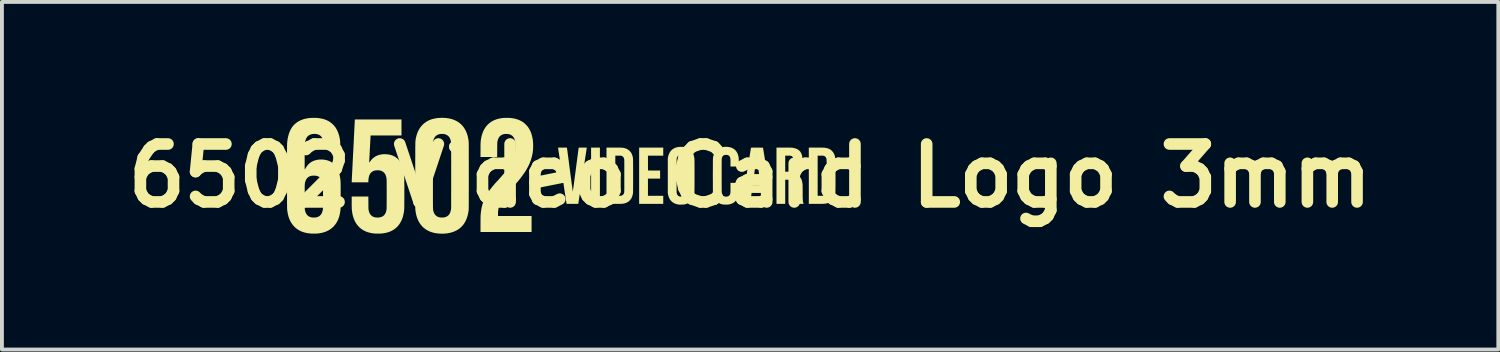
<source format=kicad_pcb>
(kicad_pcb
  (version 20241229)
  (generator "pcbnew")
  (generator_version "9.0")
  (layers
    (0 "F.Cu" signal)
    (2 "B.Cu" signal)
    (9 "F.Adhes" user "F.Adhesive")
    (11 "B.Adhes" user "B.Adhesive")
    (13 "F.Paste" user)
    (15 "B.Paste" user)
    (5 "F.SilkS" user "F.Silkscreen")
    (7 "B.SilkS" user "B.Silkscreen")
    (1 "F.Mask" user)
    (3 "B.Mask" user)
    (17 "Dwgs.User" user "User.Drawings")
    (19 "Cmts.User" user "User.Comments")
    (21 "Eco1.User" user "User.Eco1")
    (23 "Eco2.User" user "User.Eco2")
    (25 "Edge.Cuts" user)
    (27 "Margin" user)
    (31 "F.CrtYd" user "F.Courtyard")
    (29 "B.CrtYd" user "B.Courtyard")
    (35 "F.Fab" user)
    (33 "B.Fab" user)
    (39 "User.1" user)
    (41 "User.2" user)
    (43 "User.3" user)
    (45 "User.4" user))
  (footprint "6502 Video Card Logo 3mm"
    (layer "F.Cu")
    (at 16.371 1.5)
    (property "Reference" "6502 Video Card Logo 3mm" (at 0 0 0) (layer "F.SilkS") (effects (font (size 1.5 1.5) (thickness 0.3))))
    (attr board_only exclude_from_pos_files exclude_from_bom)
    (fp_poly (pts (xy -3.889 0) (xy -3.889 0.728) (xy -4.003 0.728) (xy -4.117 0.728) (xy -4.117 0) (xy -4.117 -0.728) (xy -4.003 -0.728) (xy -3.889 -0.728)) (stroke (width 0) (type solid)) (fill yes) (layer "F.SilkS"))
    (fp_poly (pts (xy -2.249 -0.624) (xy -2.249 -0.52) (xy -2.447 -0.52) (xy -2.645 -0.52) (xy -2.644 -0.328) (xy -2.644 -0.136) (xy -2.487 -0.135) (xy -2.33 -0.134) (xy -2.33 -0.03) (xy -2.33 0.074) (xy -2.487 0.074) (xy -2.645 0.074) (xy -2.645 0.297) (xy -2.645 0.52) (xy -2.447 0.52) (xy -2.249 0.52) (xy -2.249 0.624) (xy -2.249 0.728) (xy -2.561 0.728) (xy -2.873 0.728) (xy -2.873 0) (xy -2.873 -0.728) (xy -2.561 -0.728) (xy -2.249 -0.728)) (stroke (width 0) (type solid)) (fill yes) (layer "F.SilkS"))
    (fp_poly (pts (xy -4.829 -0.728) (xy -4.805 -0.728) (xy -4.786 -0.728) (xy -4.771 -0.728) (xy -4.759 -0.728) (xy -4.75 -0.727) (xy -4.745 -0.727) (xy -4.742 -0.726) (xy -4.741 -0.725) (xy -4.741 -0.722) (xy -4.74 -0.715) (xy -4.739 -0.703) (xy -4.737 -0.686) (xy -4.734 -0.666) (xy -4.731 -0.642) (xy -4.727 -0.615) (xy -4.723 -0.585) (xy -4.719 -0.552) (xy -4.714 -0.516) (xy -4.709 -0.478) (xy -4.704 -0.438) (xy -4.698 -0.396) (xy -4.693 -0.353) (xy -4.687 -0.309) (xy -4.681 -0.264) (xy -4.675 -0.218) (xy -4.669 -0.172) (xy -4.663 -0.126) (xy -4.657 -0.08) (xy -4.651 -0.034) (xy -4.645 0.01) (xy -4.639 0.054) (xy -4.633 0.096) (xy -4.628 0.137) (xy -4.623 0.176) (xy -4.618 0.213) (xy -4.613 0.247) (xy -4.609 0.278) (xy -4.605 0.307) (xy -4.602 0.332) (xy -4.599 0.354) (xy -4.597 0.372) (xy -4.595 0.386) (xy -4.593 0.395) (xy -4.593 0.4) (xy -4.593 0.401) (xy -4.591 0.403) (xy -4.589 0.402) (xy -4.589 0.399) (xy -4.588 0.392) (xy -4.586 0.38) (xy -4.584 0.363) (xy -4.581 0.343) (xy -4.577 0.318) (xy -4.573 0.29) (xy -4.569 0.259) (xy -4.564 0.224) (xy -4.559 0.186) (xy -4.554 0.145) (xy -4.548 0.102) (xy -4.542 0.057) (xy -4.536 0.009) (xy -4.529 -0.04) (xy -4.522 -0.091) (xy -4.515 -0.144) (xy -4.513 -0.164) (xy -4.438 -0.728) (xy -4.333 -0.728) (xy -4.311 -0.728) (xy -4.29 -0.728) (xy -4.271 -0.728) (xy -4.255 -0.728) (xy -4.243 -0.728) (xy -4.234 -0.728) (xy -4.229 -0.728) (xy -4.229 -0.728) (xy -4.229 -0.725) (xy -4.23 -0.717) (xy -4.232 -0.705) (xy -4.234 -0.689) (xy -4.237 -0.669) (xy -4.241 -0.645) (xy -4.245 -0.617) (xy -4.25 -0.586) (xy -4.255 -0.552) (xy -4.261 -0.515) (xy -4.267 -0.475) (xy -4.273 -0.434) (xy -4.28 -0.39) (xy -4.287 -0.344) (xy -4.294 -0.296) (xy -4.301 -0.247) (xy -4.309 -0.197) (xy -4.316 -0.146) (xy -4.324 -0.094) (xy -4.332 -0.042) (xy -4.34 0.01) (xy -4.348 0.062) (xy -4.356 0.114) (xy -4.364 0.165) (xy -4.371 0.216) (xy -4.379 0.266) (xy -4.386 0.314) (xy -4.393 0.361) (xy -4.4 0.406) (xy -4.407 0.449) (xy -4.413 0.49) (xy -4.419 0.528) (xy -4.424 0.564) (xy -4.429 0.596) (xy -4.433 0.626) (xy -4.437 0.652) (xy -4.441 0.674) (xy -4.444 0.693) (xy -4.446 0.707) (xy -4.447 0.717) (xy -4.448 0.722) (xy -4.448 0.723) (xy -4.45 0.728) (xy -4.601 0.728) (xy -4.633 0.728) (xy -4.662 0.728) (xy -4.685 0.728) (xy -4.705 0.728) (xy -4.72 0.728) (xy -4.733 0.728) (xy -4.742 0.727) (xy -4.748 0.727) (xy -4.751 0.726) (xy -4.753 0.725) (xy -4.753 0.725) (xy -4.753 0.723) (xy -4.754 0.715) (xy -4.756 0.703) (xy -4.759 0.686) (xy -4.762 0.665) (xy -4.766 0.641) (xy -4.77 0.612) (xy -4.775 0.58) (xy -4.78 0.544) (xy -4.786 0.505) (xy -4.793 0.463) (xy -4.799 0.418) (xy -4.807 0.371) (xy -4.814 0.321) (xy -4.822 0.269) (xy -4.83 0.215) (xy -4.839 0.159) (xy -4.847 0.102) (xy -4.856 0.043) (xy -4.862 0.005) (xy -4.871 -0.055) (xy -4.88 -0.113) (xy -4.888 -0.17) (xy -4.897 -0.226) (xy -4.905 -0.279) (xy -4.913 -0.33) (xy -4.92 -0.38) (xy -4.927 -0.426) (xy -4.934 -0.47) (xy -4.94 -0.511) (xy -4.946 -0.55) (xy -4.951 -0.584) (xy -4.956 -0.616) (xy -4.96 -0.643) (xy -4.963 -0.667) (xy -4.966 -0.687) (xy -4.969 -0.702) (xy -4.97 -0.713) (xy -4.971 -0.719) (xy -4.972 -0.72) (xy -4.973 -0.728) (xy -4.857 -0.728)) (stroke (width 0) (type solid)) (fill yes) (layer "F.SilkS"))
    (fp_poly (pts (xy -3.486 -0.728) (xy -3.45 -0.728) (xy -3.419 -0.728) (xy -3.392 -0.728) (xy -3.368 -0.728) (xy -3.347 -0.727) (xy -3.329 -0.726) (xy -3.313 -0.725) (xy -3.3 -0.724) (xy -3.287 -0.723) (xy -3.277 -0.721) (xy -3.266 -0.719) (xy -3.257 -0.717) (xy -3.247 -0.714) (xy -3.237 -0.711) (xy -3.23 -0.709) (xy -3.195 -0.696) (xy -3.163 -0.678) (xy -3.135 -0.657) (xy -3.117 -0.64) (xy -3.096 -0.616) (xy -3.078 -0.591) (xy -3.064 -0.564) (xy -3.052 -0.533) (xy -3.042 -0.5) (xy -3.034 -0.462) (xy -3.034 -0.462) (xy -3.033 -0.458) (xy -3.033 -0.455) (xy -3.032 -0.45) (xy -3.032 -0.445) (xy -3.032 -0.439) (xy -3.031 -0.432) (xy -3.031 -0.423) (xy -3.031 -0.413) (xy -3.03 -0.401) (xy -3.03 -0.387) (xy -3.03 -0.37) (xy -3.03 -0.351) (xy -3.03 -0.328) (xy -3.03 -0.303) (xy -3.03 -0.275) (xy -3.029 -0.242) (xy -3.029 -0.206) (xy -3.029 -0.166) (xy -3.029 -0.122) (xy -3.029 -0.073) (xy -3.029 -0.02) (xy -3.029 0) (xy -3.029 0.055) (xy -3.029 0.106) (xy -3.029 0.152) (xy -3.029 0.193) (xy -3.029 0.23) (xy -3.03 0.264) (xy -3.03 0.294) (xy -3.03 0.32) (xy -3.03 0.343) (xy -3.03 0.364) (xy -3.03 0.381) (xy -3.03 0.396) (xy -3.031 0.409) (xy -3.031 0.42) (xy -3.031 0.429) (xy -3.031 0.437) (xy -3.032 0.443) (xy -3.032 0.449) (xy -3.033 0.453) (xy -3.033 0.457) (xy -3.034 0.461) (xy -3.034 0.462) (xy -3.042 0.5) (xy -3.052 0.533) (xy -3.064 0.564) (xy -3.078 0.591) (xy -3.096 0.616) (xy -3.116 0.64) (xy -3.117 0.64) (xy -3.142 0.664) (xy -3.172 0.684) (xy -3.205 0.7) (xy -3.23 0.709) (xy -3.241 0.712) (xy -3.25 0.715) (xy -3.26 0.718) (xy -3.27 0.72) (xy -3.28 0.722) (xy -3.292 0.723) (xy -3.304 0.725) (xy -3.319 0.726) (xy -3.335 0.727) (xy -3.354 0.727) (xy -3.376 0.728) (xy -3.402 0.728) (xy -3.43 0.728) (xy -3.463 0.728) (xy -3.501 0.728) (xy -3.526 0.728) (xy -3.718 0.728) (xy -3.718 0) (xy -3.49 0) (xy -3.49 0.52) (xy -3.419 0.52) (xy -3.398 0.52) (xy -3.381 0.52) (xy -3.367 0.52) (xy -3.357 0.519) (xy -3.349 0.519) (xy -3.343 0.518) (xy -3.337 0.517) (xy -3.333 0.516) (xy -3.312 0.507) (xy -3.294 0.495) (xy -3.28 0.48) (xy -3.27 0.462) (xy -3.262 0.439) (xy -3.26 0.43) (xy -3.26 0.427) (xy -3.259 0.423) (xy -3.259 0.417) (xy -3.259 0.41) (xy -3.258 0.402) (xy -3.258 0.391) (xy -3.258 0.378) (xy -3.257 0.363) (xy -3.257 0.345) (xy -3.257 0.324) (xy -3.257 0.3) (xy -3.257 0.273) (xy -3.257 0.242) (xy -3.257 0.207) (xy -3.257 0.168) (xy -3.257 0.125) (xy -3.257 0.078) (xy -3.257 0.025) (xy -3.257 0) (xy -3.257 -0.055) (xy -3.257 -0.104) (xy -3.257 -0.149) (xy -3.257 -0.19) (xy -3.257 -0.227) (xy -3.257 -0.259) (xy -3.257 -0.288) (xy -3.257 -0.314) (xy -3.257 -0.336) (xy -3.257 -0.355) (xy -3.258 -0.372) (xy -3.258 -0.386) (xy -3.258 -0.397) (xy -3.258 -0.407) (xy -3.259 -0.414) (xy -3.259 -0.421) (xy -3.26 -0.425) (xy -3.26 -0.429) (xy -3.26 -0.43) (xy -3.267 -0.454) (xy -3.276 -0.474) (xy -3.289 -0.49) (xy -3.305 -0.503) (xy -3.325 -0.513) (xy -3.333 -0.516) (xy -3.338 -0.517) (xy -3.344 -0.518) (xy -3.35 -0.519) (xy -3.359 -0.52) (xy -3.369 -0.52) (xy -3.383 -0.52) (xy -3.401 -0.52) (xy -3.419 -0.52) (xy -3.49 -0.52) (xy -3.49 0) (xy -3.718 0) (xy -3.718 -0.728) (xy -3.526 -0.728)) (stroke (width 0) (type solid)) (fill yes) (layer "F.SilkS"))
    (fp_poly (pts (xy 1.714 -0.728) (xy 1.753 -0.728) (xy 1.786 -0.728) (xy 1.816 -0.728) (xy 1.842 -0.728) (xy 1.864 -0.728) (xy 1.883 -0.727) (xy 1.9 -0.727) (xy 1.914 -0.726) (xy 1.927 -0.725) (xy 1.938 -0.724) (xy 1.947 -0.723) (xy 1.956 -0.722) (xy 1.965 -0.72) (xy 1.974 -0.718) (xy 1.983 -0.716) (xy 2.021 -0.705) (xy 2.056 -0.69) (xy 2.087 -0.671) (xy 2.114 -0.648) (xy 2.138 -0.622) (xy 2.159 -0.592) (xy 2.177 -0.558) (xy 2.19 -0.521) (xy 2.197 -0.496) (xy 2.199 -0.489) (xy 2.2 -0.482) (xy 2.202 -0.475) (xy 2.203 -0.469) (xy 2.204 -0.461) (xy 2.205 -0.454) (xy 2.206 -0.445) (xy 2.207 -0.435) (xy 2.208 -0.424) (xy 2.208 -0.412) (xy 2.209 -0.397) (xy 2.209 -0.381) (xy 2.21 -0.361) (xy 2.21 -0.34) (xy 2.21 -0.315) (xy 2.21 -0.288) (xy 2.211 -0.257) (xy 2.211 -0.222) (xy 2.211 -0.184) (xy 2.211 -0.141) (xy 2.211 -0.094) (xy 2.211 -0.042) (xy 2.211 0) (xy 2.211 0.055) (xy 2.211 0.106) (xy 2.211 0.152) (xy 2.211 0.193) (xy 2.211 0.231) (xy 2.211 0.265) (xy 2.21 0.295) (xy 2.21 0.322) (xy 2.21 0.345) (xy 2.21 0.366) (xy 2.209 0.385) (xy 2.209 0.401) (xy 2.208 0.415) (xy 2.208 0.427) (xy 2.207 0.438) (xy 2.206 0.447) (xy 2.205 0.456) (xy 2.204 0.463) (xy 2.203 0.47) (xy 2.201 0.477) (xy 2.2 0.484) (xy 2.198 0.491) (xy 2.197 0.496) (xy 2.185 0.536) (xy 2.17 0.572) (xy 2.151 0.604) (xy 2.129 0.633) (xy 2.104 0.658) (xy 2.075 0.679) (xy 2.042 0.696) (xy 2.006 0.71) (xy 1.983 0.716) (xy 1.974 0.718) (xy 1.965 0.72) (xy 1.956 0.722) (xy 1.947 0.723) (xy 1.937 0.724) (xy 1.926 0.725) (xy 1.914 0.726) (xy 1.899 0.727) (xy 1.882 0.727) (xy 1.863 0.728) (xy 1.841 0.728) (xy 1.815 0.728) (xy 1.785 0.728) (xy 1.751 0.728) (xy 1.714 0.728) (xy 1.52 0.728) (xy 1.52 0) (xy 1.749 0) (xy 1.749 0.52) (xy 1.819 0.52) (xy 1.84 0.52) (xy 1.857 0.52) (xy 1.87 0.52) (xy 1.881 0.519) (xy 1.889 0.519) (xy 1.895 0.518) (xy 1.901 0.517) (xy 1.906 0.515) (xy 1.926 0.507) (xy 1.943 0.496) (xy 1.956 0.482) (xy 1.967 0.464) (xy 1.975 0.442) (xy 1.978 0.43) (xy 1.978 0.427) (xy 1.979 0.424) (xy 1.979 0.42) (xy 1.98 0.415) (xy 1.98 0.41) (xy 1.98 0.403) (xy 1.981 0.395) (xy 1.981 0.385) (xy 1.981 0.373) (xy 1.982 0.359) (xy 1.982 0.343) (xy 1.982 0.323) (xy 1.982 0.301) (xy 1.982 0.276) (xy 1.982 0.247) (xy 1.982 0.215) (xy 1.982 0.179) (xy 1.982 0.139) (xy 1.982 0.094) (xy 1.982 0.045) (xy 1.982 0) (xy 1.982 -0.053) (xy 1.982 -0.102) (xy 1.982 -0.146) (xy 1.982 -0.185) (xy 1.982 -0.221) (xy 1.982 -0.253) (xy 1.982 -0.281) (xy 1.982 -0.305) (xy 1.982 -0.327) (xy 1.982 -0.345) (xy 1.981 -0.361) (xy 1.981 -0.375) (xy 1.981 -0.387) (xy 1.981 -0.396) (xy 1.98 -0.404) (xy 1.98 -0.411) (xy 1.98 -0.416) (xy 1.979 -0.421) (xy 1.979 -0.424) (xy 1.978 -0.428) (xy 1.978 -0.43) (xy 1.971 -0.454) (xy 1.962 -0.474) (xy 1.95 -0.49) (xy 1.935 -0.502) (xy 1.916 -0.512) (xy 1.906 -0.515) (xy 1.901 -0.517) (xy 1.895 -0.518) (xy 1.888 -0.519) (xy 1.88 -0.52) (xy 1.87 -0.52) (xy 1.856 -0.52) (xy 1.839 -0.52) (xy 1.819 -0.52) (xy 1.749 -0.52) (xy 1.749 0) (xy 1.52 0) (xy 1.52 -0.728)) (stroke (width 0) (type solid)) (fill yes) (layer "F.SilkS"))
    (fp_poly (pts (xy 0.155 -0.728) (xy 0.178 -0.728) (xy 0.334 -0.727) (xy 0.452 0) (xy 0.57 0.727) (xy 0.457 0.728) (xy 0.434 0.728) (xy 0.412 0.728) (xy 0.392 0.728) (xy 0.375 0.728) (xy 0.361 0.728) (xy 0.351 0.728) (xy 0.345 0.727) (xy 0.343 0.727) (xy 0.343 0.725) (xy 0.341 0.718) (xy 0.34 0.707) (xy 0.337 0.692) (xy 0.335 0.675) (xy 0.332 0.656) (xy 0.329 0.634) (xy 0.325 0.612) (xy 0.322 0.589) (xy 0.319 0.566) (xy 0.315 0.544) (xy 0.312 0.523) (xy 0.31 0.503) (xy 0.307 0.485) (xy 0.305 0.471) (xy 0.303 0.459) (xy 0.302 0.452) (xy 0.302 0.449) (xy 0.302 0.448) (xy 0.301 0.447) (xy 0.299 0.446) (xy 0.295 0.446) (xy 0.29 0.445) (xy 0.282 0.445) (xy 0.271 0.445) (xy 0.257 0.445) (xy 0.24 0.445) (xy 0.218 0.445) (xy 0.192 0.445) (xy 0.171 0.445) (xy 0.039 0.445) (xy 0.019 0.586) (xy 0.015 0.612) (xy 0.011 0.637) (xy 0.008 0.66) (xy 0.005 0.68) (xy 0.002 0.697) (xy 0.000242 0.711) (xy -0.001 0.721) (xy -0.002 0.727) (xy -0.002 0.728) (xy -0.005 0.728) (xy -0.012 0.728) (xy -0.022 0.728) (xy -0.036 0.728) (xy -0.053 0.728) (xy -0.071 0.728) (xy -0.09 0.728) (xy -0.11 0.728) (xy -0.13 0.728) (xy -0.149 0.728) (xy -0.167 0.728) (xy -0.183 0.728) (xy -0.196 0.728) (xy -0.206 0.728) (xy -0.212 0.728) (xy -0.213 0.728) (xy -0.213 0.725) (xy -0.212 0.718) (xy -0.21 0.706) (xy -0.207 0.689) (xy -0.204 0.669) (xy -0.2 0.644) (xy -0.195 0.616) (xy -0.19 0.583) (xy -0.184 0.548) (xy -0.178 0.509) (xy -0.171 0.467) (xy -0.164 0.423) (xy -0.156 0.375) (xy -0.148 0.326) (xy -0.14 0.274) (xy -0.134 0.243) (xy 0.067 0.243) (xy 0.068 0.244) (xy 0.07 0.244) (xy 0.074 0.245) (xy 0.08 0.245) (xy 0.088 0.246) (xy 0.1 0.246) (xy 0.115 0.246) (xy 0.135 0.246) (xy 0.158 0.246) (xy 0.17 0.246) (xy 0.274 0.246) (xy 0.273 0.24) (xy 0.272 0.237) (xy 0.271 0.229) (xy 0.269 0.217) (xy 0.267 0.201) (xy 0.264 0.18) (xy 0.261 0.156) (xy 0.257 0.129) (xy 0.253 0.099) (xy 0.248 0.066) (xy 0.243 0.031) (xy 0.238 -0.007) (xy 0.232 -0.046) (xy 0.226 -0.087) (xy 0.222 -0.119) (xy 0.216 -0.161) (xy 0.21 -0.201) (xy 0.205 -0.24) (xy 0.199 -0.277) (xy 0.195 -0.311) (xy 0.19 -0.343) (xy 0.186 -0.373) (xy 0.182 -0.399) (xy 0.179 -0.421) (xy 0.176 -0.441) (xy 0.174 -0.456) (xy 0.172 -0.467) (xy 0.171 -0.473) (xy 0.171 -0.474) (xy 0.169 -0.474) (xy 0.168 -0.473) (xy 0.167 -0.47) (xy 0.166 -0.463) (xy 0.164 -0.451) (xy 0.162 -0.435) (xy 0.159 -0.415) (xy 0.155 -0.391) (xy 0.152 -0.364) (xy 0.147 -0.334) (xy 0.143 -0.302) (xy 0.138 -0.267) (xy 0.133 -0.229) (xy 0.127 -0.19) (xy 0.121 -0.149) (xy 0.117 -0.117) (xy 0.111 -0.075) (xy 0.106 -0.034) (xy 0.1 0.004) (xy 0.095 0.041) (xy 0.09 0.076) (xy 0.086 0.108) (xy 0.082 0.138) (xy 0.078 0.164) (xy 0.075 0.187) (xy 0.072 0.207) (xy 0.07 0.222) (xy 0.068 0.233) (xy 0.067 0.24) (xy 0.067 0.242) (xy 0.067 0.243) (xy -0.134 0.243) (xy -0.131 0.22) (xy -0.122 0.164) (xy -0.112 0.106) (xy -0.103 0.047) (xy -0.095 0.001) (xy -0.085 -0.059) (xy -0.076 -0.117) (xy -0.067 -0.175) (xy -0.058 -0.23) (xy -0.049 -0.284) (xy -0.04 -0.335) (xy -0.032 -0.384) (xy -0.025 -0.431) (xy -0.018 -0.475) (xy -0.011 -0.516) (xy -0.005 -0.554) (xy 0.001 -0.589) (xy 0.006 -0.621) (xy 0.01 -0.648) (xy 0.014 -0.672) (xy 0.017 -0.692) (xy 0.02 -0.707) (xy 0.022 -0.718) (xy 0.023 -0.725) (xy 0.023 -0.726) (xy 0.025 -0.727) (xy 0.033 -0.727) (xy 0.044 -0.727) (xy 0.06 -0.728) (xy 0.079 -0.728) (xy 0.102 -0.728) (xy 0.127 -0.728)) (stroke (width 0) (type solid)) (fill yes) (layer "F.SilkS"))
    (fp_poly (pts (xy 0.905 -0.728) (xy 0.938 -0.728) (xy 0.969 -0.728) (xy 0.997 -0.728) (xy 1.022 -0.728) (xy 1.043 -0.727) (xy 1.06 -0.727) (xy 1.073 -0.726) (xy 1.081 -0.726) (xy 1.082 -0.726) (xy 1.125 -0.72) (xy 1.164 -0.71) (xy 1.2 -0.698) (xy 1.231 -0.682) (xy 1.259 -0.663) (xy 1.284 -0.64) (xy 1.305 -0.614) (xy 1.322 -0.584) (xy 1.336 -0.55) (xy 1.347 -0.513) (xy 1.354 -0.472) (xy 1.355 -0.464) (xy 1.357 -0.45) (xy 1.358 -0.432) (xy 1.359 -0.411) (xy 1.359 -0.387) (xy 1.36 -0.363) (xy 1.36 -0.338) (xy 1.36 -0.314) (xy 1.359 -0.293) (xy 1.358 -0.276) (xy 1.355 -0.237) (xy 1.35 -0.203) (xy 1.343 -0.172) (xy 1.333 -0.144) (xy 1.321 -0.118) (xy 1.317 -0.11) (xy 1.303 -0.089) (xy 1.286 -0.07) (xy 1.267 -0.052) (xy 1.246 -0.036) (xy 1.226 -0.024) (xy 1.222 -0.023) (xy 1.214 -0.019) (xy 1.211 -0.015) (xy 1.213 -0.012) (xy 1.218 -0.01) (xy 1.244 0.002) (xy 1.267 0.016) (xy 1.287 0.033) (xy 1.305 0.052) (xy 1.319 0.074) (xy 1.331 0.1) (xy 1.341 0.129) (xy 1.349 0.163) (xy 1.355 0.201) (xy 1.357 0.209) (xy 1.357 0.217) (xy 1.358 0.226) (xy 1.359 0.237) (xy 1.359 0.25) (xy 1.36 0.265) (xy 1.36 0.284) (xy 1.36 0.305) (xy 1.36 0.331) (xy 1.361 0.36) (xy 1.361 0.389) (xy 1.361 0.439) (xy 1.361 0.484) (xy 1.361 0.524) (xy 1.362 0.559) (xy 1.363 0.59) (xy 1.364 0.616) (xy 1.365 0.637) (xy 1.367 0.655) (xy 1.368 0.668) (xy 1.369 0.673) (xy 1.375 0.698) (xy 1.384 0.721) (xy 1.385 0.724) (xy 1.385 0.725) (xy 1.384 0.726) (xy 1.382 0.727) (xy 1.379 0.727) (xy 1.373 0.728) (xy 1.365 0.728) (xy 1.354 0.728) (xy 1.339 0.728) (xy 1.321 0.728) (xy 1.299 0.728) (xy 1.272 0.728) (xy 1.27 0.728) (xy 1.153 0.728) (xy 1.15 0.716) (xy 1.148 0.708) (xy 1.146 0.701) (xy 1.144 0.694) (xy 1.142 0.688) (xy 1.141 0.681) (xy 1.14 0.674) (xy 1.139 0.666) (xy 1.138 0.656) (xy 1.137 0.645) (xy 1.137 0.632) (xy 1.136 0.616) (xy 1.136 0.597) (xy 1.136 0.576) (xy 1.135 0.55) (xy 1.135 0.521) (xy 1.135 0.487) (xy 1.135 0.452) (xy 1.134 0.412) (xy 1.134 0.377) (xy 1.133 0.346) (xy 1.133 0.32) (xy 1.133 0.297) (xy 1.132 0.277) (xy 1.132 0.26) (xy 1.131 0.246) (xy 1.13 0.234) (xy 1.129 0.224) (xy 1.128 0.215) (xy 1.127 0.208) (xy 1.126 0.201) (xy 1.124 0.195) (xy 1.122 0.188) (xy 1.121 0.183) (xy 1.112 0.162) (xy 1.102 0.145) (xy 1.088 0.132) (xy 1.071 0.121) (xy 1.065 0.118) (xy 1.054 0.113) (xy 1.042 0.11) (xy 1.028 0.107) (xy 1.011 0.106) (xy 0.991 0.104) (xy 0.967 0.104) (xy 0.96 0.104) (xy 0.909 0.104) (xy 0.909 0.416) (xy 0.909 0.728) (xy 0.796 0.728) (xy 0.683 0.728) (xy 0.683 0) (xy 0.683 -0.312) (xy 0.909 -0.312) (xy 0.909 -0.103) (xy 0.97 -0.105) (xy 0.99 -0.105) (xy 1.006 -0.106) (xy 1.018 -0.106) (xy 1.027 -0.107) (xy 1.035 -0.108) (xy 1.041 -0.109) (xy 1.047 -0.111) (xy 1.049 -0.111) (xy 1.071 -0.121) (xy 1.089 -0.133) (xy 1.104 -0.149) (xy 1.115 -0.168) (xy 1.124 -0.191) (xy 1.126 -0.201) (xy 1.128 -0.21) (xy 1.129 -0.223) (xy 1.13 -0.24) (xy 1.13 -0.26) (xy 1.131 -0.281) (xy 1.131 -0.304) (xy 1.131 -0.327) (xy 1.131 -0.35) (xy 1.13 -0.371) (xy 1.13 -0.391) (xy 1.129 -0.408) (xy 1.127 -0.421) (xy 1.126 -0.429) (xy 1.119 -0.454) (xy 1.11 -0.475) (xy 1.097 -0.491) (xy 1.083 -0.504) (xy 1.076 -0.508) (xy 1.068 -0.511) (xy 1.061 -0.514) (xy 1.052 -0.516) (xy 1.042 -0.518) (xy 1.029 -0.519) (xy 1.014 -0.52) (xy 0.995 -0.52) (xy 0.973 -0.52) (xy 0.909 -0.52) (xy 0.909 -0.312) (xy 0.683 -0.312) (xy 0.683 -0.728) (xy 0.869 -0.728)) (stroke (width 0) (type solid)) (fill yes) (layer "F.SilkS"))
    (fp_poly (pts (xy -0.585 -0.747) (xy -0.545 -0.742) (xy -0.509 -0.734) (xy -0.475 -0.722) (xy -0.449 -0.71) (xy -0.418 -0.691) (xy -0.39 -0.668) (xy -0.365 -0.641) (xy -0.344 -0.61) (xy -0.326 -0.576) (xy -0.312 -0.538) (xy -0.301 -0.496) (xy -0.298 -0.48) (xy -0.297 -0.472) (xy -0.296 -0.464) (xy -0.295 -0.454) (xy -0.294 -0.442) (xy -0.294 -0.427) (xy -0.293 -0.409) (xy -0.293 -0.387) (xy -0.293 -0.361) (xy -0.293 -0.347) (xy -0.291 -0.239) (xy -0.4 -0.239) (xy -0.508 -0.239) (xy -0.508 -0.335) (xy -0.508 -0.363) (xy -0.508 -0.387) (xy -0.508 -0.407) (xy -0.509 -0.423) (xy -0.51 -0.437) (xy -0.511 -0.448) (xy -0.513 -0.458) (xy -0.515 -0.466) (xy -0.518 -0.474) (xy -0.521 -0.482) (xy -0.522 -0.485) (xy -0.533 -0.504) (xy -0.548 -0.519) (xy -0.565 -0.53) (xy -0.586 -0.537) (xy -0.61 -0.541) (xy -0.622 -0.541) (xy -0.648 -0.539) (xy -0.67 -0.534) (xy -0.689 -0.524) (xy -0.705 -0.511) (xy -0.717 -0.494) (xy -0.727 -0.473) (xy -0.732 -0.452) (xy -0.733 -0.449) (xy -0.733 -0.446) (xy -0.734 -0.441) (xy -0.734 -0.435) (xy -0.734 -0.427) (xy -0.735 -0.418) (xy -0.735 -0.406) (xy -0.735 -0.393) (xy -0.735 -0.377) (xy -0.735 -0.358) (xy -0.736 -0.336) (xy -0.736 -0.312) (xy -0.736 -0.284) (xy -0.736 -0.252) (xy -0.736 -0.216) (xy -0.736 -0.177) (xy -0.736 -0.133) (xy -0.736 -0.085) (xy -0.736 -0.032) (xy -0.736 0.001) (xy -0.736 0.064) (xy -0.736 0.121) (xy -0.736 0.174) (xy -0.736 0.221) (xy -0.736 0.264) (xy -0.736 0.302) (xy -0.735 0.336) (xy -0.735 0.365) (xy -0.735 0.39) (xy -0.735 0.41) (xy -0.734 0.426) (xy -0.734 0.438) (xy -0.734 0.446) (xy -0.733 0.45) (xy -0.726 0.475) (xy -0.717 0.496) (xy -0.704 0.513) (xy -0.688 0.525) (xy -0.669 0.534) (xy -0.646 0.54) (xy -0.624 0.541) (xy -0.598 0.539) (xy -0.575 0.534) (xy -0.556 0.526) (xy -0.541 0.513) (xy -0.528 0.497) (xy -0.523 0.487) (xy -0.52 0.479) (xy -0.517 0.473) (xy -0.514 0.466) (xy -0.513 0.458) (xy -0.511 0.449) (xy -0.51 0.439) (xy -0.509 0.426) (xy -0.508 0.411) (xy -0.508 0.393) (xy -0.508 0.372) (xy -0.508 0.346) (xy -0.508 0.316) (xy -0.508 0.309) (xy -0.508 0.185) (xy -0.4 0.185) (xy -0.292 0.185) (xy -0.293 0.32) (xy -0.293 0.351) (xy -0.293 0.378) (xy -0.293 0.4) (xy -0.294 0.419) (xy -0.294 0.434) (xy -0.295 0.447) (xy -0.295 0.457) (xy -0.296 0.465) (xy -0.297 0.473) (xy -0.298 0.479) (xy -0.298 0.48) (xy -0.307 0.52) (xy -0.318 0.557) (xy -0.333 0.59) (xy -0.351 0.62) (xy -0.371 0.648) (xy -0.379 0.657) (xy -0.405 0.681) (xy -0.433 0.701) (xy -0.465 0.718) (xy -0.5 0.731) (xy -0.539 0.741) (xy -0.569 0.746) (xy -0.582 0.747) (xy -0.599 0.748) (xy -0.618 0.748) (xy -0.638 0.748) (xy -0.658 0.748) (xy -0.676 0.747) (xy -0.691 0.746) (xy -0.695 0.745) (xy -0.737 0.737) (xy -0.775 0.724) (xy -0.81 0.708) (xy -0.841 0.689) (xy -0.869 0.665) (xy -0.894 0.638) (xy -0.914 0.608) (xy -0.932 0.573) (xy -0.946 0.535) (xy -0.956 0.494) (xy -0.962 0.454) (xy -0.962 0.448) (xy -0.962 0.437) (xy -0.963 0.422) (xy -0.963 0.403) (xy -0.963 0.381) (xy -0.964 0.354) (xy -0.964 0.325) (xy -0.964 0.293) (xy -0.964 0.258) (xy -0.964 0.222) (xy -0.964 0.183) (xy -0.964 0.143) (xy -0.965 0.102) (xy -0.965 0.06) (xy -0.965 0.018) (xy -0.965 -0.024) (xy -0.965 -0.067) (xy -0.965 -0.108) (xy -0.964 -0.149) (xy -0.964 -0.189) (xy -0.964 -0.227) (xy -0.964 -0.264) (xy -0.964 -0.298) (xy -0.964 -0.33) (xy -0.964 -0.359) (xy -0.963 -0.384) (xy -0.963 -0.407) (xy -0.963 -0.425) (xy -0.962 -0.439) (xy -0.962 -0.449) (xy -0.962 -0.454) (xy -0.955 -0.497) (xy -0.945 -0.538) (xy -0.93 -0.575) (xy -0.913 -0.609) (xy -0.892 -0.64) (xy -0.868 -0.667) (xy -0.84 -0.69) (xy -0.81 -0.709) (xy -0.779 -0.723) (xy -0.746 -0.735) (xy -0.711 -0.742) (xy -0.673 -0.747) (xy -0.631 -0.749) (xy -0.628 -0.749)) (stroke (width 0) (type solid)) (fill yes) (layer "F.SilkS"))
    (fp_poly (pts (xy -6.273 -1.498) (xy -6.251 -1.498) (xy -6.23 -1.497) (xy -6.213 -1.496) (xy -6.201 -1.495) (xy -6.141 -1.487) (xy -6.085 -1.476) (xy -6.032 -1.461) (xy -5.983 -1.443) (xy -5.937 -1.421) (xy -5.893 -1.396) (xy -5.853 -1.368) (xy -5.847 -1.362) (xy -5.837 -1.354) (xy -5.826 -1.344) (xy -5.814 -1.332) (xy -5.802 -1.32) (xy -5.799 -1.317) (xy -5.764 -1.278) (xy -5.733 -1.235) (xy -5.706 -1.188) (xy -5.682 -1.138) (xy -5.662 -1.085) (xy -5.646 -1.028) (xy -5.633 -0.967) (xy -5.623 -0.903) (xy -5.62 -0.863) (xy -5.618 -0.841) (xy -5.618 -0.816) (xy -5.617 -0.789) (xy -5.617 -0.761) (xy -5.618 -0.733) (xy -5.619 -0.706) (xy -5.62 -0.683) (xy -5.621 -0.669) (xy -5.628 -0.607) (xy -5.639 -0.546) (xy -5.653 -0.486) (xy -5.67 -0.426) (xy -5.69 -0.367) (xy -5.714 -0.308) (xy -5.742 -0.249) (xy -5.774 -0.19) (xy -5.809 -0.129) (xy -5.849 -0.068) (xy -5.893 -0.006) (xy -5.941 0.058) (xy -5.993 0.124) (xy -6.011 0.145) (xy -6.031 0.168) (xy -6.05 0.191) (xy -6.07 0.214) (xy -6.09 0.237) (xy -6.112 0.261) (xy -6.136 0.287) (xy -6.162 0.316) (xy -6.175 0.33) (xy -6.218 0.377) (xy -6.257 0.42) (xy -6.292 0.461) (xy -6.324 0.499) (xy -6.353 0.535) (xy -6.379 0.569) (xy -6.403 0.601) (xy -6.423 0.632) (xy -6.442 0.662) (xy -6.458 0.691) (xy -6.472 0.72) (xy -6.484 0.748) (xy -6.494 0.777) (xy -6.503 0.805) (xy -6.509 0.826) (xy -6.515 0.854) (xy -6.52 0.881) (xy -6.524 0.909) (xy -6.526 0.939) (xy -6.527 0.973) (xy -6.527 0.982) (xy -6.527 1.042) (xy -6.092 1.043) (xy -5.658 1.043) (xy -5.658 1.25) (xy -5.658 1.457) (xy -6.319 1.457) (xy -6.98 1.457) (xy -6.98 1.263) (xy -6.98 1.231) (xy -6.98 1.199) (xy -6.98 1.169) (xy -6.98 1.14) (xy -6.979 1.114) (xy -6.979 1.09) (xy -6.979 1.069) (xy -6.978 1.051) (xy -6.978 1.038) (xy -6.978 1.03) (xy -6.971 0.956) (xy -6.962 0.887) (xy -6.949 0.82) (xy -6.934 0.756) (xy -6.915 0.694) (xy -6.892 0.634) (xy -6.865 0.575) (xy -6.835 0.516) (xy -6.8 0.457) (xy -6.76 0.398) (xy -6.728 0.353) (xy -6.708 0.326) (xy -6.687 0.3) (xy -6.666 0.274) (xy -6.644 0.248) (xy -6.62 0.22) (xy -6.595 0.191) (xy -6.566 0.159) (xy -6.534 0.125) (xy -6.527 0.117) (xy -6.477 0.062) (xy -6.43 0.009) (xy -6.387 -0.041) (xy -6.348 -0.088) (xy -6.312 -0.134) (xy -6.28 -0.177) (xy -6.25 -0.219) (xy -6.223 -0.26) (xy -6.199 -0.3) (xy -6.178 -0.338) (xy -6.159 -0.377) (xy -6.142 -0.414) (xy -6.127 -0.452) (xy -6.116 -0.484) (xy -6.101 -0.534) (xy -6.09 -0.583) (xy -6.082 -0.632) (xy -6.077 -0.682) (xy -6.074 -0.733) (xy -6.075 -0.777) (xy -6.077 -0.82) (xy -6.08 -0.859) (xy -6.086 -0.894) (xy -6.093 -0.925) (xy -6.102 -0.952) (xy -6.113 -0.977) (xy -6.126 -0.998) (xy -6.141 -1.017) (xy -6.144 -1.02) (xy -6.166 -1.04) (xy -6.191 -1.056) (xy -6.218 -1.069) (xy -6.249 -1.077) (xy -6.283 -1.082) (xy -6.296 -1.083) (xy -6.332 -1.083) (xy -6.367 -1.079) (xy -6.398 -1.071) (xy -6.427 -1.06) (xy -6.453 -1.044) (xy -6.464 -1.036) (xy -6.484 -1.017) (xy -6.501 -0.995) (xy -6.515 -0.97) (xy -6.527 -0.94) (xy -6.537 -0.907) (xy -6.542 -0.888) (xy -6.543 -0.883) (xy -6.543 -0.877) (xy -6.544 -0.872) (xy -6.545 -0.866) (xy -6.545 -0.858) (xy -6.546 -0.849) (xy -6.546 -0.838) (xy -6.547 -0.825) (xy -6.547 -0.809) (xy -6.547 -0.789) (xy -6.547 -0.767) (xy -6.547 -0.74) (xy -6.548 -0.709) (xy -6.548 -0.673) (xy -6.548 -0.673) (xy -6.549 -0.485) (xy -6.765 -0.485) (xy -6.98 -0.485) (xy -6.98 -0.657) (xy -6.98 -0.695) (xy -6.98 -0.729) (xy -6.98 -0.758) (xy -6.98 -0.784) (xy -6.979 -0.807) (xy -6.979 -0.827) (xy -6.978 -0.845) (xy -6.977 -0.861) (xy -6.976 -0.876) (xy -6.975 -0.89) (xy -6.973 -0.904) (xy -6.972 -0.918) (xy -6.97 -0.933) (xy -6.959 -0.994) (xy -6.945 -1.052) (xy -6.927 -1.107) (xy -6.906 -1.159) (xy -6.881 -1.207) (xy -6.852 -1.253) (xy -6.82 -1.294) (xy -6.784 -1.332) (xy -6.745 -1.366) (xy -6.706 -1.395) (xy -6.663 -1.42) (xy -6.617 -1.442) (xy -6.568 -1.46) (xy -6.515 -1.475) (xy -6.458 -1.487) (xy -6.398 -1.495) (xy -6.396 -1.495) (xy -6.383 -1.497) (xy -6.365 -1.497) (xy -6.344 -1.498) (xy -6.321 -1.498) (xy -6.297 -1.498)) (stroke (width 0) (type solid)) (fill yes) (layer "F.SilkS"))
    (fp_poly (pts (xy -1.768 -0.748) (xy -1.744 -0.747) (xy -1.723 -0.746) (xy -1.706 -0.743) (xy -1.702 -0.743) (xy -1.661 -0.733) (xy -1.624 -0.72) (xy -1.589 -0.702) (xy -1.558 -0.681) (xy -1.531 -0.656) (xy -1.507 -0.628) (xy -1.486 -0.596) (xy -1.47 -0.56) (xy -1.456 -0.521) (xy -1.447 -0.478) (xy -1.443 -0.454) (xy -1.442 -0.449) (xy -1.442 -0.444) (xy -1.442 -0.437) (xy -1.441 -0.429) (xy -1.441 -0.419) (xy -1.441 -0.408) (xy -1.44 -0.394) (xy -1.44 -0.378) (xy -1.44 -0.36) (xy -1.44 -0.338) (xy -1.44 -0.314) (xy -1.439 -0.286) (xy -1.439 -0.255) (xy -1.439 -0.221) (xy -1.439 -0.182) (xy -1.439 -0.139) (xy -1.439 -0.091) (xy -1.439 -0.039) (xy -1.439 0.000429) (xy -1.439 0.057) (xy -1.439 0.108) (xy -1.439 0.155) (xy -1.439 0.197) (xy -1.439 0.235) (xy -1.439 0.27) (xy -1.439 0.3) (xy -1.44 0.328) (xy -1.44 0.352) (xy -1.44 0.374) (xy -1.441 0.393) (xy -1.441 0.409) (xy -1.441 0.424) (xy -1.442 0.436) (xy -1.443 0.447) (xy -1.444 0.457) (xy -1.444 0.465) (xy -1.445 0.473) (xy -1.447 0.48) (xy -1.448 0.486) (xy -1.449 0.493) (xy -1.451 0.499) (xy -1.452 0.506) (xy -1.453 0.51) (xy -1.466 0.55) (xy -1.482 0.587) (xy -1.501 0.62) (xy -1.525 0.649) (xy -1.551 0.675) (xy -1.581 0.697) (xy -1.615 0.716) (xy -1.652 0.73) (xy -1.691 0.741) (xy -1.701 0.743) (xy -1.71 0.744) (xy -1.724 0.745) (xy -1.741 0.746) (xy -1.759 0.747) (xy -1.778 0.748) (xy -1.797 0.748) (xy -1.813 0.748) (xy -1.828 0.748) (xy -1.838 0.747) (xy -1.84 0.747) (xy -1.88 0.741) (xy -1.918 0.731) (xy -1.953 0.717) (xy -1.984 0.701) (xy -1.997 0.693) (xy -2.01 0.684) (xy -2.024 0.672) (xy -2.038 0.659) (xy -2.051 0.645) (xy -2.062 0.632) (xy -2.064 0.63) (xy -2.081 0.604) (xy -2.096 0.575) (xy -2.109 0.542) (xy -2.119 0.507) (xy -2.125 0.48) (xy -2.131 0.451) (xy -2.131 0.017) (xy -1.904 0.017) (xy -1.904 0.058) (xy -1.904 0.099) (xy -1.904 0.139) (xy -1.904 0.179) (xy -1.903 0.216) (xy -1.903 0.252) (xy -1.903 0.286) (xy -1.903 0.317) (xy -1.903 0.346) (xy -1.903 0.372) (xy -1.902 0.394) (xy -1.902 0.413) (xy -1.902 0.427) (xy -1.901 0.437) (xy -1.901 0.443) (xy -1.901 0.443) (xy -1.894 0.469) (xy -1.885 0.491) (xy -1.872 0.509) (xy -1.856 0.523) (xy -1.837 0.533) (xy -1.815 0.539) (xy -1.805 0.54) (xy -1.782 0.541) (xy -1.76 0.539) (xy -1.741 0.535) (xy -1.74 0.535) (xy -1.72 0.526) (xy -1.703 0.512) (xy -1.69 0.495) (xy -1.679 0.474) (xy -1.673 0.457) (xy -1.673 0.454) (xy -1.672 0.452) (xy -1.672 0.448) (xy -1.671 0.444) (xy -1.671 0.439) (xy -1.671 0.432) (xy -1.67 0.424) (xy -1.67 0.414) (xy -1.67 0.402) (xy -1.67 0.388) (xy -1.669 0.371) (xy -1.669 0.352) (xy -1.669 0.33) (xy -1.669 0.304) (xy -1.669 0.275) (xy -1.669 0.243) (xy -1.669 0.206) (xy -1.669 0.166) (xy -1.669 0.121) (xy -1.669 0.072) (xy -1.669 0.018) (xy -1.669 0) (xy -1.669 -0.056) (xy -1.669 -0.106) (xy -1.669 -0.153) (xy -1.669 -0.194) (xy -1.669 -0.232) (xy -1.669 -0.266) (xy -1.669 -0.296) (xy -1.669 -0.322) (xy -1.669 -0.346) (xy -1.669 -0.366) (xy -1.67 -0.383) (xy -1.67 -0.398) (xy -1.67 -0.411) (xy -1.67 -0.421) (xy -1.671 -0.43) (xy -1.671 -0.437) (xy -1.671 -0.443) (xy -1.672 -0.447) (xy -1.672 -0.451) (xy -1.673 -0.454) (xy -1.673 -0.456) (xy -1.673 -0.456) (xy -1.682 -0.481) (xy -1.694 -0.501) (xy -1.709 -0.517) (xy -1.726 -0.529) (xy -1.747 -0.537) (xy -1.766 -0.54) (xy -1.794 -0.541) (xy -1.819 -0.538) (xy -1.841 -0.531) (xy -1.86 -0.52) (xy -1.875 -0.505) (xy -1.887 -0.487) (xy -1.896 -0.464) (xy -1.901 -0.443) (xy -1.901 -0.439) (xy -1.902 -0.429) (xy -1.902 -0.416) (xy -1.902 -0.398) (xy -1.902 -0.376) (xy -1.903 -0.351) (xy -1.903 -0.323) (xy -1.903 -0.292) (xy -1.903 -0.259) (xy -1.903 -0.223) (xy -1.904 -0.186) (xy -1.904 -0.147) (xy -1.904 -0.107) (xy -1.904 -0.066) (xy -1.904 -0.025) (xy -1.904 0.017) (xy -2.131 0.017) (xy -2.131 0) (xy -2.131 -0.451) (xy -2.125 -0.48) (xy -2.117 -0.516) (xy -2.105 -0.551) (xy -2.092 -0.582) (xy -2.089 -0.588) (xy -2.07 -0.621) (xy -2.047 -0.65) (xy -2.021 -0.675) (xy -1.991 -0.697) (xy -1.958 -0.715) (xy -1.921 -0.73) (xy -1.881 -0.74) (xy -1.875 -0.742) (xy -1.858 -0.744) (xy -1.838 -0.746) (xy -1.816 -0.747) (xy -1.792 -0.748)) (stroke (width 0) (type solid)) (fill yes) (layer "F.SilkS"))
    (fp_poly (pts (xy -9.026 -1.25) (xy -9.026 -1.043) (xy -9.425 -1.043) (xy -9.825 -1.043) (xy -9.827 -1.022) (xy -9.827 -1.017) (xy -9.828 -1.007) (xy -9.828 -0.993) (xy -9.829 -0.974) (xy -9.831 -0.952) (xy -9.832 -0.927) (xy -9.834 -0.898) (xy -9.835 -0.867) (xy -9.837 -0.833) (xy -9.839 -0.798) (xy -9.841 -0.76) (xy -9.843 -0.721) (xy -9.845 -0.693) (xy -9.847 -0.653) (xy -9.849 -0.615) (xy -9.851 -0.578) (xy -9.852 -0.543) (xy -9.854 -0.51) (xy -9.856 -0.48) (xy -9.857 -0.452) (xy -9.859 -0.428) (xy -9.86 -0.407) (xy -9.861 -0.39) (xy -9.862 -0.377) (xy -9.862 -0.368) (xy -9.862 -0.365) (xy -9.863 -0.355) (xy -9.863 -0.349) (xy -9.862 -0.346) (xy -9.86 -0.345) (xy -9.859 -0.345) (xy -9.855 -0.348) (xy -9.85 -0.354) (xy -9.842 -0.364) (xy -9.841 -0.366) (xy -9.812 -0.404) (xy -9.781 -0.438) (xy -9.747 -0.467) (xy -9.71 -0.493) (xy -9.67 -0.515) (xy -9.628 -0.532) (xy -9.583 -0.545) (xy -9.535 -0.553) (xy -9.486 -0.558) (xy -9.436 -0.557) (xy -9.384 -0.553) (xy -9.336 -0.546) (xy -9.291 -0.534) (xy -9.248 -0.519) (xy -9.209 -0.5) (xy -9.179 -0.481) (xy -9.144 -0.455) (xy -9.112 -0.425) (xy -9.083 -0.39) (xy -9.056 -0.352) (xy -9.033 -0.309) (xy -9.012 -0.263) (xy -8.994 -0.213) (xy -8.98 -0.16) (xy -8.968 -0.103) (xy -8.965 -0.082) (xy -8.963 -0.071) (xy -8.962 -0.061) (xy -8.961 -0.051) (xy -8.959 -0.041) (xy -8.958 -0.031) (xy -8.957 -0.02) (xy -8.956 -0.009) (xy -8.956 0.003) (xy -8.955 0.017) (xy -8.955 0.032) (xy -8.954 0.048) (xy -8.954 0.067) (xy -8.953 0.088) (xy -8.953 0.112) (xy -8.953 0.139) (xy -8.953 0.169) (xy -8.953 0.202) (xy -8.952 0.239) (xy -8.952 0.28) (xy -8.952 0.325) (xy -8.952 0.375) (xy -8.952 0.43) (xy -8.952 0.433) (xy -8.952 0.491) (xy -8.952 0.545) (xy -8.952 0.596) (xy -8.953 0.643) (xy -8.953 0.685) (xy -8.953 0.724) (xy -8.953 0.758) (xy -8.953 0.787) (xy -8.954 0.812) (xy -8.954 0.833) (xy -8.954 0.848) (xy -8.955 0.859) (xy -8.955 0.863) (xy -8.962 0.929) (xy -8.973 0.992) (xy -8.987 1.051) (xy -9.005 1.107) (xy -9.027 1.159) (xy -9.052 1.207) (xy -9.08 1.253) (xy -9.112 1.294) (xy -9.148 1.332) (xy -9.187 1.367) (xy -9.227 1.395) (xy -9.269 1.42) (xy -9.316 1.442) (xy -9.366 1.461) (xy -9.419 1.476) (xy -9.475 1.487) (xy -9.532 1.495) (xy -9.542 1.496) (xy -9.556 1.497) (xy -9.572 1.497) (xy -9.591 1.498) (xy -9.61 1.498) (xy -9.629 1.499) (xy -9.647 1.499) (xy -9.663 1.499) (xy -9.677 1.499) (xy -9.686 1.499) (xy -9.688 1.499) (xy -9.712 1.497) (xy -9.73 1.495) (xy -9.746 1.493) (xy -9.759 1.492) (xy -9.77 1.491) (xy -9.781 1.489) (xy -9.791 1.487) (xy -9.794 1.487) (xy -9.851 1.475) (xy -9.905 1.46) (xy -9.956 1.44) (xy -10.004 1.417) (xy -10.049 1.389) (xy -10.086 1.362) (xy -10.095 1.354) (xy -10.106 1.344) (xy -10.119 1.332) (xy -10.131 1.32) (xy -10.134 1.317) (xy -10.168 1.278) (xy -10.199 1.236) (xy -10.226 1.19) (xy -10.249 1.141) (xy -10.269 1.088) (xy -10.286 1.032) (xy -10.299 0.972) (xy -10.308 0.908) (xy -10.313 0.862) (xy -10.313 0.853) (xy -10.314 0.84) (xy -10.314 0.823) (xy -10.314 0.803) (xy -10.315 0.779) (xy -10.315 0.754) (xy -10.315 0.727) (xy -10.315 0.7) (xy -10.315 0.684) (xy -10.315 0.538) (xy -10.1 0.538) (xy -9.884 0.538) (xy -9.883 0.7) (xy -9.883 0.733) (xy -9.883 0.762) (xy -9.883 0.787) (xy -9.882 0.808) (xy -9.882 0.825) (xy -9.882 0.839) (xy -9.881 0.851) (xy -9.881 0.861) (xy -9.88 0.869) (xy -9.879 0.876) (xy -9.879 0.881) (xy -9.878 0.886) (xy -9.873 0.908) (xy -9.866 0.931) (xy -9.858 0.953) (xy -9.85 0.973) (xy -9.845 0.982) (xy -9.836 0.996) (xy -9.825 1.01) (xy -9.811 1.025) (xy -9.797 1.038) (xy -9.784 1.049) (xy -9.777 1.053) (xy -9.752 1.065) (xy -9.724 1.074) (xy -9.694 1.08) (xy -9.662 1.083) (xy -9.629 1.083) (xy -9.597 1.08) (xy -9.567 1.073) (xy -9.556 1.07) (xy -9.527 1.059) (xy -9.501 1.043) (xy -9.478 1.023) (xy -9.459 1) (xy -9.443 0.972) (xy -9.429 0.941) (xy -9.419 0.906) (xy -9.413 0.867) (xy -9.412 0.86) (xy -9.412 0.854) (xy -9.411 0.843) (xy -9.411 0.828) (xy -9.411 0.809) (xy -9.41 0.787) (xy -9.41 0.761) (xy -9.41 0.732) (xy -9.41 0.701) (xy -9.41 0.667) (xy -9.409 0.632) (xy -9.409 0.595) (xy -9.409 0.557) (xy -9.409 0.518) (xy -9.409 0.479) (xy -9.409 0.44) (xy -9.409 0.401) (xy -9.409 0.362) (xy -9.409 0.325) (xy -9.409 0.289) (xy -9.41 0.255) (xy -9.41 0.223) (xy -9.41 0.193) (xy -9.41 0.167) (xy -9.41 0.143) (xy -9.411 0.123) (xy -9.411 0.107) (xy -9.411 0.095) (xy -9.412 0.088) (xy -9.412 0.087) (xy -9.418 0.047) (xy -9.427 0.01) (xy -9.439 -0.022) (xy -9.454 -0.05) (xy -9.473 -0.075) (xy -9.495 -0.096) (xy -9.52 -0.112) (xy -9.548 -0.126) (xy -9.58 -0.135) (xy -9.584 -0.136) (xy -9.602 -0.139) (xy -9.623 -0.141) (xy -9.645 -0.141) (xy -9.668 -0.14) (xy -9.69 -0.139) (xy -9.709 -0.136) (xy -9.714 -0.135) (xy -9.745 -0.126) (xy -9.773 -0.112) (xy -9.798 -0.095) (xy -9.82 -0.075) (xy -9.838 -0.05) (xy -9.854 -0.021) (xy -9.866 0.011) (xy -9.875 0.048) (xy -9.881 0.088) (xy -9.883 0.126) (xy -9.885 0.17) (xy -10.1 0.17) (xy -10.315 0.17) (xy -10.315 0.161) (xy -10.315 0.157) (xy -10.315 0.149) (xy -10.314 0.136) (xy -10.313 0.119) (xy -10.312 0.097) (xy -10.311 0.072) (xy -10.31 0.042) (xy -10.308 0.009) (xy -10.306 -0.028) (xy -10.304 -0.068) (xy -10.302 -0.111) (xy -10.299 -0.158) (xy -10.297 -0.207) (xy -10.294 -0.258) (xy -10.292 -0.312) (xy -10.289 -0.368) (xy -10.286 -0.426) (xy -10.283 -0.485) (xy -10.28 -0.546) (xy -10.276 -0.609) (xy -10.275 -0.643) (xy -10.271 -0.707) (xy -10.268 -0.769) (xy -10.265 -0.829) (xy -10.262 -0.888) (xy -10.259 -0.945) (xy -10.257 -1) (xy -10.254 -1.053) (xy -10.251 -1.103) (xy -10.249 -1.151) (xy -10.247 -1.196) (xy -10.245 -1.237) (xy -10.243 -1.276) (xy -10.241 -1.311) (xy -10.239 -1.343) (xy -10.238 -1.371) (xy -10.237 -1.395) (xy -10.236 -1.414) (xy -10.235 -1.43) (xy -10.234 -1.44) (xy -10.234 -1.446) (xy -10.234 -1.447) (xy -10.234 -1.457) (xy -9.63 -1.457) (xy -9.026 -1.457)) (stroke (width 0) (type solid)) (fill yes) (layer "F.SilkS"))
    (fp_poly (pts (xy -7.918 -1.498) (xy -7.86 -1.493) (xy -7.803 -1.485) (xy -7.749 -1.473) (xy -7.709 -1.462) (xy -7.656 -1.442) (xy -7.607 -1.419) (xy -7.561 -1.392) (xy -7.518 -1.361) (xy -7.479 -1.327) (xy -7.443 -1.289) (xy -7.411 -1.247) (xy -7.382 -1.201) (xy -7.356 -1.152) (xy -7.335 -1.099) (xy -7.316 -1.043) (xy -7.313 -1.029) (xy -7.306 -1) (xy -7.299 -0.968) (xy -7.293 -0.933) (xy -7.288 -0.897) (xy -7.288 -0.893) (xy -7.288 -0.89) (xy -7.287 -0.886) (xy -7.287 -0.881) (xy -7.287 -0.876) (xy -7.286 -0.871) (xy -7.286 -0.864) (xy -7.286 -0.857) (xy -7.285 -0.848) (xy -7.285 -0.838) (xy -7.285 -0.826) (xy -7.285 -0.813) (xy -7.285 -0.797) (xy -7.284 -0.78) (xy -7.284 -0.761) (xy -7.284 -0.739) (xy -7.284 -0.714) (xy -7.284 -0.687) (xy -7.284 -0.657) (xy -7.284 -0.624) (xy -7.284 -0.587) (xy -7.284 -0.548) (xy -7.284 -0.504) (xy -7.284 -0.457) (xy -7.283 -0.406) (xy -7.283 -0.351) (xy -7.283 -0.292) (xy -7.283 -0.229) (xy -7.283 -0.161) (xy -7.283 -0.088) (xy -7.283 -0.01) (xy -7.283 0) (xy -7.283 0.078) (xy -7.283 0.152) (xy -7.283 0.22) (xy -7.283 0.285) (xy -7.283 0.344) (xy -7.283 0.4) (xy -7.284 0.451) (xy -7.284 0.499) (xy -7.284 0.542) (xy -7.284 0.583) (xy -7.284 0.619) (xy -7.284 0.653) (xy -7.284 0.683) (xy -7.284 0.711) (xy -7.284 0.736) (xy -7.284 0.758) (xy -7.284 0.778) (xy -7.285 0.795) (xy -7.285 0.811) (xy -7.285 0.825) (xy -7.285 0.836) (xy -7.285 0.847) (xy -7.286 0.856) (xy -7.286 0.863) (xy -7.286 0.87) (xy -7.286 0.876) (xy -7.287 0.881) (xy -7.287 0.885) (xy -7.288 0.889) (xy -7.288 0.893) (xy -7.288 0.893) (xy -7.297 0.955) (xy -7.309 1.013) (xy -7.324 1.067) (xy -7.342 1.118) (xy -7.363 1.165) (xy -7.387 1.21) (xy -7.415 1.252) (xy -7.435 1.279) (xy -7.47 1.318) (xy -7.507 1.352) (xy -7.548 1.384) (xy -7.593 1.411) (xy -7.641 1.435) (xy -7.692 1.455) (xy -7.746 1.472) (xy -7.803 1.485) (xy -7.862 1.494) (xy -7.925 1.499) (xy -7.99 1.5) (xy -8.035 1.498) (xy -8.05 1.497) (xy -8.068 1.496) (xy -8.089 1.493) (xy -8.109 1.491) (xy -8.129 1.488) (xy -8.145 1.486) (xy -8.153 1.485) (xy -8.21 1.472) (xy -8.265 1.455) (xy -8.316 1.434) (xy -8.363 1.41) (xy -8.408 1.382) (xy -8.449 1.35) (xy -8.487 1.314) (xy -8.521 1.274) (xy -8.551 1.233) (xy -8.579 1.187) (xy -8.603 1.138) (xy -8.623 1.086) (xy -8.64 1.031) (xy -8.653 0.973) (xy -8.663 0.911) (xy -8.668 0.858) (xy -8.668 0.852) (xy -8.669 0.843) (xy -8.669 0.83) (xy -8.669 0.814) (xy -8.669 0.794) (xy -8.669 0.77) (xy -8.67 0.742) (xy -8.67 0.71) (xy -8.67 0.674) (xy -8.67 0.634) (xy -8.67 0.59) (xy -8.67 0.541) (xy -8.67 0.488) (xy -8.67 0.43) (xy -8.67 0.368) (xy -8.67 0.301) (xy -8.67 0.23) (xy -8.67 0.153) (xy -8.67 0.072) (xy -8.67 -0.014) (xy -8.67 -0.024) (xy -8.67 -0.103) (xy -8.67 -0.176) (xy -8.67 -0.186) (xy -8.212 -0.186) (xy -8.212 -0.114) (xy -8.212 -0.038) (xy -8.212 0) (xy -8.212 0.079) (xy -8.212 0.153) (xy -8.212 0.222) (xy -8.212 0.286) (xy -8.212 0.346) (xy -8.212 0.402) (xy -8.212 0.454) (xy -8.212 0.502) (xy -8.212 0.546) (xy -8.212 0.587) (xy -8.212 0.624) (xy -8.212 0.658) (xy -8.212 0.689) (xy -8.212 0.717) (xy -8.212 0.742) (xy -8.211 0.764) (xy -8.211 0.784) (xy -8.211 0.802) (xy -8.211 0.818) (xy -8.21 0.832) (xy -8.21 0.844) (xy -8.209 0.854) (xy -8.209 0.864) (xy -8.208 0.871) (xy -8.208 0.878) (xy -8.207 0.884) (xy -8.207 0.889) (xy -8.206 0.893) (xy -8.205 0.897) (xy -8.204 0.901) (xy -8.203 0.905) (xy -8.202 0.908) (xy -8.201 0.912) (xy -8.201 0.914) (xy -8.19 0.948) (xy -8.176 0.978) (xy -8.159 1.005) (xy -8.138 1.028) (xy -8.115 1.047) (xy -8.088 1.062) (xy -8.059 1.073) (xy -8.056 1.074) (xy -8.032 1.079) (xy -8.005 1.082) (xy -7.976 1.083) (xy -7.947 1.082) (xy -7.92 1.079) (xy -7.908 1.076) (xy -7.88 1.068) (xy -7.853 1.055) (xy -7.828 1.039) (xy -7.807 1.021) (xy -7.796 1.008) (xy -7.78 0.983) (xy -7.766 0.955) (xy -7.755 0.922) (xy -7.747 0.887) (xy -7.742 0.851) (xy -7.741 0.846) (xy -7.741 0.836) (xy -7.741 0.822) (xy -7.741 0.803) (xy -7.741 0.781) (xy -7.74 0.754) (xy -7.74 0.724) (xy -7.74 0.69) (xy -7.74 0.653) (xy -7.74 0.613) (xy -7.74 0.57) (xy -7.74 0.525) (xy -7.74 0.478) (xy -7.739 0.428) (xy -7.739 0.377) (xy -7.739 0.324) (xy -7.739 0.27) (xy -7.739 0.214) (xy -7.739 0.158) (xy -7.739 0.101) (xy -7.739 0.044) (xy -7.739 -0.013) (xy -7.739 -0.071) (xy -7.739 -0.128) (xy -7.739 -0.185) (xy -7.739 -0.241) (xy -7.739 -0.295) (xy -7.739 -0.349) (xy -7.739 -0.401) (xy -7.74 -0.452) (xy -7.74 -0.5) (xy -7.74 -0.547) (xy -7.74 -0.591) (xy -7.74 -0.632) (xy -7.74 -0.671) (xy -7.74 -0.706) (xy -7.74 -0.738) (xy -7.74 -0.767) (xy -7.741 -0.792) (xy -7.741 -0.813) (xy -7.741 -0.829) (xy -7.741 -0.841) (xy -7.741 -0.849) (xy -7.742 -0.851) (xy -7.747 -0.889) (xy -7.755 -0.925) (xy -7.767 -0.957) (xy -7.781 -0.985) (xy -7.796 -1.008) (xy -7.815 -1.028) (xy -7.838 -1.046) (xy -7.864 -1.061) (xy -7.892 -1.072) (xy -7.909 -1.077) (xy -7.927 -1.08) (xy -7.948 -1.082) (xy -7.971 -1.083) (xy -7.994 -1.082) (xy -8.015 -1.081) (xy -8.034 -1.079) (xy -8.039 -1.078) (xy -8.071 -1.069) (xy -8.1 -1.056) (xy -8.126 -1.039) (xy -8.148 -1.018) (xy -8.168 -0.993) (xy -8.183 -0.965) (xy -8.196 -0.933) (xy -8.201 -0.914) (xy -8.202 -0.91) (xy -8.203 -0.906) (xy -8.204 -0.903) (xy -8.205 -0.899) (xy -8.206 -0.895) (xy -8.206 -0.891) (xy -8.207 -0.886) (xy -8.208 -0.881) (xy -8.208 -0.875) (xy -8.209 -0.867) (xy -8.209 -0.859) (xy -8.21 -0.849) (xy -8.21 -0.838) (xy -8.21 -0.825) (xy -8.211 -0.81) (xy -8.211 -0.793) (xy -8.211 -0.774) (xy -8.211 -0.753) (xy -8.212 -0.729) (xy -8.212 -0.702) (xy -8.212 -0.673) (xy -8.212 -0.64) (xy -8.212 -0.605) (xy -8.212 -0.566) (xy -8.212 -0.523) (xy -8.212 -0.477) (xy -8.212 -0.427) (xy -8.212 -0.373) (xy -8.212 -0.315) (xy -8.212 -0.253) (xy -8.212 -0.186) (xy -8.67 -0.186) (xy -8.67 -0.245) (xy -8.67 -0.309) (xy -8.67 -0.369) (xy -8.67 -0.424) (xy -8.669 -0.476) (xy -8.669 -0.524) (xy -8.669 -0.568) (xy -8.669 -0.608) (xy -8.669 -0.645) (xy -8.669 -0.679) (xy -8.669 -0.71) (xy -8.669 -0.738) (xy -8.668 -0.763) (xy -8.668 -0.786) (xy -8.668 -0.807) (xy -8.667 -0.825) (xy -8.667 -0.841) (xy -8.667 -0.856) (xy -8.666 -0.869) (xy -8.666 -0.88) (xy -8.665 -0.891) (xy -8.664 -0.9) (xy -8.664 -0.908) (xy -8.663 -0.915) (xy -8.662 -0.922) (xy -8.661 -0.928) (xy -8.66 -0.934) (xy -8.659 -0.94) (xy -8.658 -0.946) (xy -8.657 -0.952) (xy -8.656 -0.958) (xy -8.655 -0.966) (xy -8.654 -0.97) (xy -8.641 -1.028) (xy -8.624 -1.084) (xy -8.604 -1.137) (xy -8.579 -1.187) (xy -8.551 -1.233) (xy -8.52 -1.276) (xy -8.485 -1.315) (xy -8.447 -1.351) (xy -8.405 -1.383) (xy -8.361 -1.411) (xy -8.313 -1.436) (xy -8.262 -1.456) (xy -8.21 -1.472) (xy -8.154 -1.484) (xy -8.097 -1.493) (xy -8.038 -1.498) (xy -7.978 -1.5)) (stroke (width 0) (type solid)) (fill yes) (layer "F.SilkS"))
    (fp_poly (pts (xy -11.251 -1.499) (xy -11.191 -1.495) (xy -11.133 -1.487) (xy -11.075 -1.476) (xy -11.021 -1.46) (xy -10.97 -1.441) (xy -10.922 -1.418) (xy -10.877 -1.39) (xy -10.836 -1.359) (xy -10.797 -1.324) (xy -10.762 -1.285) (xy -10.758 -1.281) (xy -10.729 -1.241) (xy -10.703 -1.197) (xy -10.68 -1.15) (xy -10.66 -1.099) (xy -10.643 -1.046) (xy -10.63 -0.991) (xy -10.626 -0.975) (xy -10.622 -0.951) (xy -10.619 -0.928) (xy -10.616 -0.907) (xy -10.614 -0.885) (xy -10.613 -0.862) (xy -10.612 -0.837) (xy -10.611 -0.808) (xy -10.61 -0.793) (xy -10.609 -0.713) (xy -10.825 -0.713) (xy -11.041 -0.713) (xy -11.042 -0.786) (xy -11.043 -0.814) (xy -11.043 -0.838) (xy -11.044 -0.857) (xy -11.046 -0.872) (xy -11.047 -0.882) (xy -11.056 -0.92) (xy -11.067 -0.953) (xy -11.081 -0.982) (xy -11.098 -1.008) (xy -11.118 -1.029) (xy -11.141 -1.048) (xy -11.168 -1.062) (xy -11.172 -1.064) (xy -11.2 -1.074) (xy -11.231 -1.08) (xy -11.264 -1.084) (xy -11.298 -1.083) (xy -11.331 -1.08) (xy -11.363 -1.073) (xy -11.392 -1.062) (xy -11.407 -1.056) (xy -11.43 -1.042) (xy -11.449 -1.026) (xy -11.467 -1.008) (xy -11.482 -0.986) (xy -11.495 -0.961) (xy -11.506 -0.933) (xy -11.515 -0.901) (xy -11.523 -0.864) (xy -11.529 -0.823) (xy -11.529 -0.821) (xy -11.529 -0.815) (xy -11.53 -0.803) (xy -11.53 -0.786) (xy -11.531 -0.765) (xy -11.531 -0.739) (xy -11.532 -0.708) (xy -11.532 -0.672) (xy -11.532 -0.632) (xy -11.532 -0.587) (xy -11.533 -0.538) (xy -11.533 -0.484) (xy -11.533 -0.483) (xy -11.533 -0.436) (xy -11.533 -0.395) (xy -11.533 -0.358) (xy -11.533 -0.325) (xy -11.533 -0.296) (xy -11.534 -0.271) (xy -11.533 -0.249) (xy -11.533 -0.231) (xy -11.533 -0.215) (xy -11.533 -0.203) (xy -11.533 -0.193) (xy -11.533 -0.185) (xy -11.532 -0.178) (xy -11.532 -0.174) (xy -11.532 -0.171) (xy -11.531 -0.169) (xy -11.531 -0.168) (xy -11.53 -0.168) (xy -11.529 -0.168) (xy -11.529 -0.168) (xy -11.526 -0.169) (xy -11.522 -0.173) (xy -11.517 -0.181) (xy -11.51 -0.193) (xy -11.509 -0.196) (xy -11.483 -0.237) (xy -11.456 -0.274) (xy -11.425 -0.306) (xy -11.392 -0.334) (xy -11.356 -0.359) (xy -11.317 -0.379) (xy -11.275 -0.395) (xy -11.23 -0.407) (xy -11.181 -0.416) (xy -11.178 -0.416) (xy -11.162 -0.418) (xy -11.142 -0.419) (xy -11.119 -0.419) (xy -11.095 -0.419) (xy -11.072 -0.419) (xy -11.05 -0.418) (xy -11.032 -0.416) (xy -11.025 -0.415) (xy -10.975 -0.406) (xy -10.929 -0.393) (xy -10.886 -0.376) (xy -10.846 -0.355) (xy -10.809 -0.33) (xy -10.775 -0.301) (xy -10.744 -0.268) (xy -10.716 -0.23) (xy -10.69 -0.189) (xy -10.668 -0.143) (xy -10.658 -0.12) (xy -10.644 -0.079) (xy -10.631 -0.034) (xy -10.621 0.016) (xy -10.612 0.07) (xy -10.605 0.127) (xy -10.604 0.138) (xy -10.604 0.147) (xy -10.603 0.16) (xy -10.603 0.178) (xy -10.602 0.199) (xy -10.602 0.224) (xy -10.602 0.252) (xy -10.601 0.283) (xy -10.601 0.316) (xy -10.601 0.351) (xy -10.601 0.387) (xy -10.601 0.425) (xy -10.601 0.464) (xy -10.601 0.502) (xy -10.601 0.541) (xy -10.601 0.58) (xy -10.601 0.617) (xy -10.601 0.654) (xy -10.601 0.689) (xy -10.601 0.722) (xy -10.602 0.753) (xy -10.602 0.781) (xy -10.602 0.806) (xy -10.603 0.828) (xy -10.603 0.846) (xy -10.604 0.859) (xy -10.604 0.868) (xy -10.604 0.869) (xy -10.612 0.931) (xy -10.622 0.989) (xy -10.635 1.043) (xy -10.651 1.094) (xy -10.67 1.141) (xy -10.692 1.186) (xy -10.716 1.227) (xy -10.748 1.271) (xy -10.782 1.311) (xy -10.82 1.347) (xy -10.86 1.379) (xy -10.904 1.408) (xy -10.951 1.432) (xy -11.002 1.453) (xy -11.055 1.47) (xy -11.112 1.483) (xy -11.173 1.493) (xy -11.183 1.494) (xy -11.196 1.495) (xy -11.212 1.496) (xy -11.23 1.497) (xy -11.25 1.498) (xy -11.271 1.498) (xy -11.292 1.499) (xy -11.311 1.499) (xy -11.328 1.499) (xy -11.342 1.499) (xy -11.35 1.499) (xy -11.398 1.494) (xy -11.442 1.489) (xy -11.482 1.482) (xy -11.52 1.474) (xy -11.555 1.464) (xy -11.589 1.453) (xy -11.622 1.44) (xy -11.643 1.43) (xy -11.681 1.41) (xy -11.715 1.39) (xy -11.746 1.367) (xy -11.777 1.341) (xy -11.791 1.328) (xy -11.826 1.291) (xy -11.857 1.252) (xy -11.884 1.211) (xy -11.909 1.166) (xy -11.93 1.119) (xy -11.948 1.068) (xy -11.963 1.013) (xy -11.975 0.955) (xy -11.984 0.892) (xy -11.985 0.888) (xy -11.985 0.885) (xy -11.986 0.881) (xy -11.986 0.876) (xy -11.986 0.87) (xy -11.987 0.864) (xy -11.987 0.857) (xy -11.987 0.848) (xy -11.987 0.838) (xy -11.988 0.826) (xy -11.988 0.813) (xy -11.988 0.797) (xy -11.988 0.78) (xy -11.988 0.76) (xy -11.989 0.738) (xy -11.989 0.713) (xy -11.989 0.685) (xy -11.989 0.654) (xy -11.989 0.621) (xy -11.989 0.584) (xy -11.989 0.543) (xy -11.989 0.524) (xy -11.532 0.524) (xy -11.532 0.541) (xy -11.532 0.588) (xy -11.532 0.631) (xy -11.532 0.67) (xy -11.532 0.704) (xy -11.532 0.735) (xy -11.532 0.761) (xy -11.532 0.785) (xy -11.531 0.805) (xy -11.531 0.823) (xy -11.531 0.839) (xy -11.53 0.852) (xy -11.529 0.863) (xy -11.528 0.873) (xy -11.527 0.882) (xy -11.526 0.89) (xy -11.525 0.897) (xy -11.523 0.904) (xy -11.521 0.91) (xy -11.519 0.918) (xy -11.517 0.925) (xy -11.517 0.925) (xy -11.505 0.958) (xy -11.49 0.988) (xy -11.472 1.013) (xy -11.45 1.035) (xy -11.426 1.052) (xy -11.398 1.066) (xy -11.367 1.075) (xy -11.351 1.079) (xy -11.341 1.08) (xy -11.333 1.082) (xy -11.328 1.083) (xy -11.328 1.083) (xy -11.322 1.083) (xy -11.313 1.083) (xy -11.3 1.083) (xy -11.286 1.083) (xy -11.272 1.082) (xy -11.258 1.081) (xy -11.245 1.08) (xy -11.236 1.078) (xy -11.233 1.078) (xy -11.2 1.069) (xy -11.172 1.056) (xy -11.146 1.04) (xy -11.124 1.019) (xy -11.105 0.996) (xy -11.089 0.968) (xy -11.077 0.936) (xy -11.067 0.901) (xy -11.061 0.865) (xy -11.061 0.858) (xy -11.06 0.847) (xy -11.06 0.831) (xy -11.059 0.811) (xy -11.059 0.788) (xy -11.058 0.761) (xy -11.058 0.732) (xy -11.058 0.701) (xy -11.058 0.668) (xy -11.058 0.634) (xy -11.058 0.598) (xy -11.057 0.562) (xy -11.057 0.526) (xy -11.058 0.489) (xy -11.058 0.454) (xy -11.058 0.419) (xy -11.058 0.386) (xy -11.058 0.354) (xy -11.058 0.325) (xy -11.059 0.298) (xy -11.059 0.275) (xy -11.06 0.254) (xy -11.06 0.238) (xy -11.06 0.226) (xy -11.061 0.218) (xy -11.061 0.217) (xy -11.068 0.178) (xy -11.077 0.143) (xy -11.09 0.113) (xy -11.105 0.086) (xy -11.123 0.062) (xy -11.133 0.052) (xy -11.154 0.034) (xy -11.177 0.02) (xy -11.202 0.01) (xy -11.23 0.002) (xy -11.261 -0.002) (xy -11.295 -0.003) (xy -11.329 -0.002) (xy -11.359 0.002) (xy -11.386 0.009) (xy -11.41 0.019) (xy -11.431 0.03) (xy -11.454 0.048) (xy -11.474 0.069) (xy -11.491 0.093) (xy -11.505 0.121) (xy -11.516 0.152) (xy -11.525 0.188) (xy -11.528 0.206) (xy -11.529 0.211) (xy -11.529 0.216) (xy -11.53 0.221) (xy -11.53 0.228) (xy -11.531 0.235) (xy -11.531 0.244) (xy -11.531 0.255) (xy -11.532 0.268) (xy -11.532 0.283) (xy -11.532 0.301) (xy -11.532 0.322) (xy -11.532 0.346) (xy -11.532 0.373) (xy -11.532 0.404) (xy -11.532 0.44) (xy -11.532 0.48) (xy -11.532 0.524) (xy -11.989 0.524) (xy -11.989 0.499) (xy -11.989 0.451) (xy -11.99 0.399) (xy -11.99 0.343) (xy -11.99 0.282) (xy -11.99 0.217) (xy -11.99 0.148) (xy -11.99 0.073) (xy -11.99 0.043) (xy -11.99 -0.036) (xy -11.99 -0.11) (xy -11.99 -0.179) (xy -11.99 -0.243) (xy -11.99 -0.304) (xy -11.99 -0.36) (xy -11.99 -0.412) (xy -11.99 -0.46) (xy -11.99 -0.504) (xy -11.99 -0.545) (xy -11.99 -0.583) (xy -11.99 -0.617) (xy -11.99 -0.649) (xy -11.99 -0.678) (xy -11.989 -0.704) (xy -11.989 -0.727) (xy -11.989 -0.749) (xy -11.989 -0.768) (xy -11.988 -0.785) (xy -11.988 -0.8) (xy -11.988 -0.814) (xy -11.987 -0.827) (xy -11.987 -0.838) (xy -11.986 -0.848) (xy -11.985 -0.858) (xy -11.985 -0.866) (xy -11.984 -0.874) (xy -11.983 -0.882) (xy -11.983 -0.89) (xy -11.982 -0.897) (xy -11.982 -0.899) (xy -11.972 -0.963) (xy -11.959 -1.024) (xy -11.943 -1.082) (xy -11.924 -1.135) (xy -11.901 -1.185) (xy -11.875 -1.232) (xy -11.846 -1.274) (xy -11.813 -1.313) (xy -11.777 -1.347) (xy -11.77 -1.353) (xy -11.728 -1.385) (xy -11.684 -1.412) (xy -11.636 -1.436) (xy -11.586 -1.456) (xy -11.531 -1.472) (xy -11.492 -1.481) (xy -11.434 -1.491) (xy -11.374 -1.497) (xy -11.313 -1.499)) (stroke (width 0) (type solid)) (fill yes) (layer "F.SilkS")))
  (gr_rect
    (start -3 -3)
    (end 35.743 5.999)
    (stroke (width 0.1) (type default))
    (fill no)
    (layer "Edge.Cuts")))
</source>
